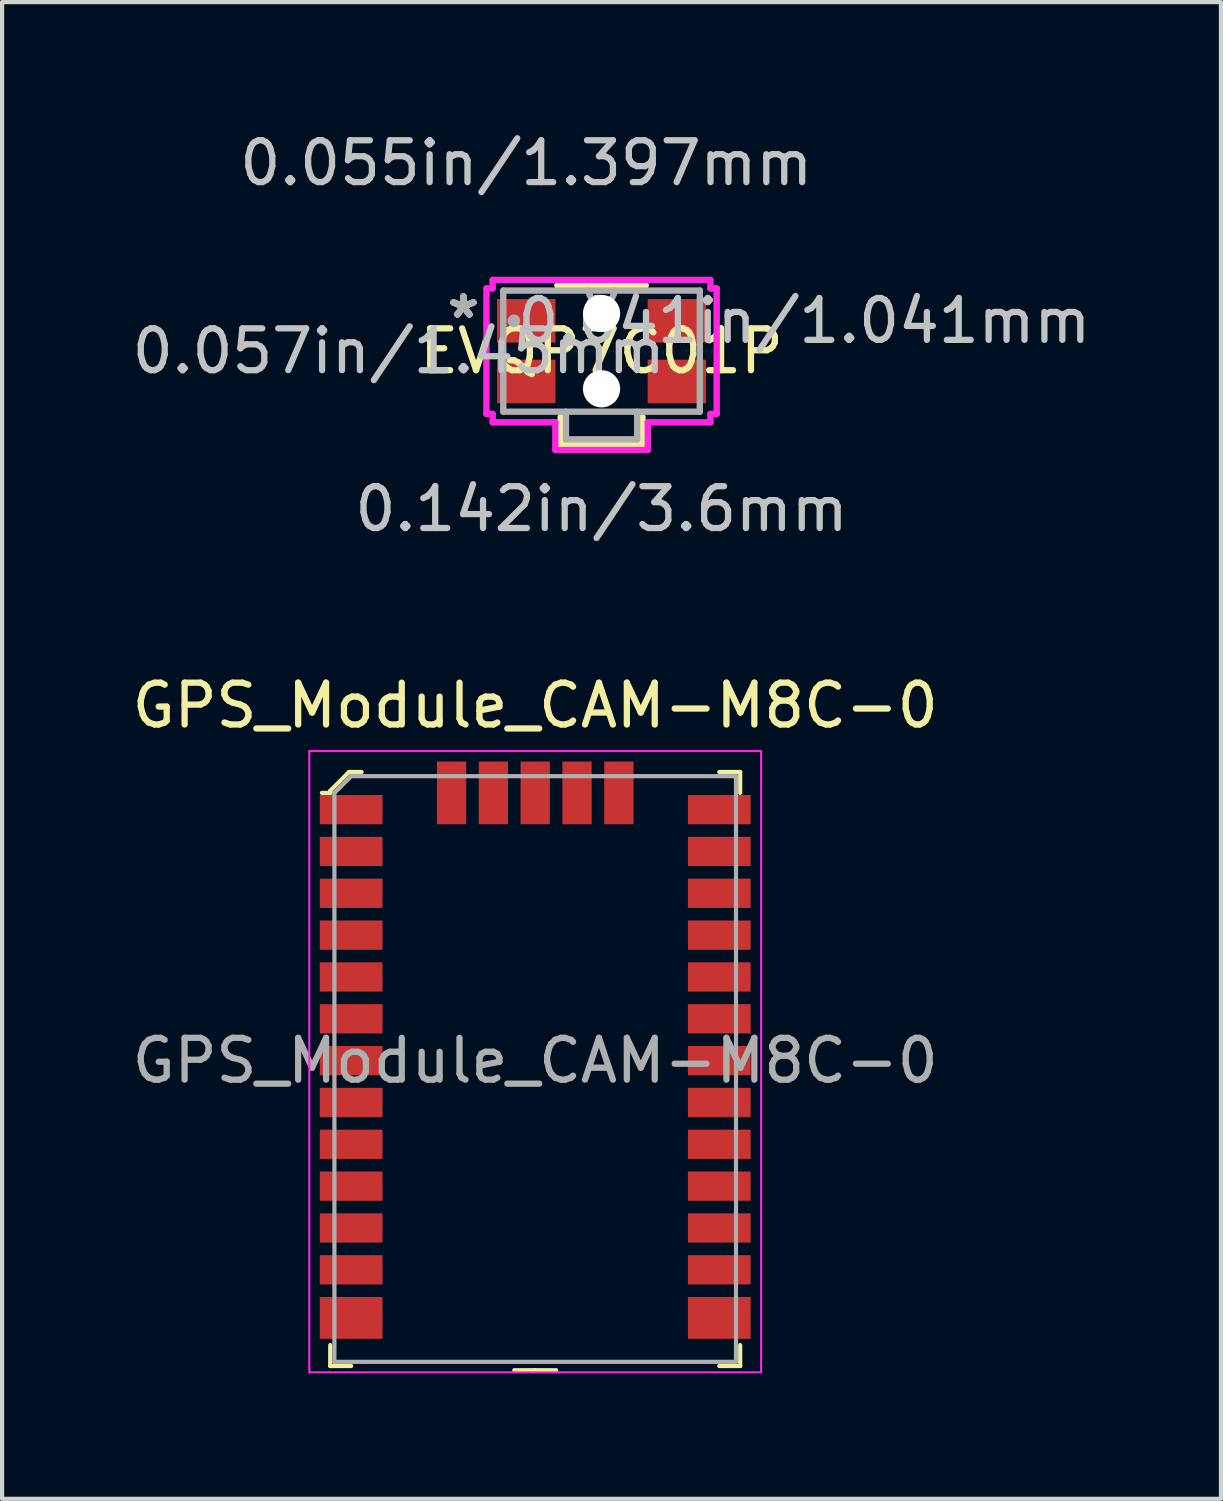
<source format=kicad_pcb>
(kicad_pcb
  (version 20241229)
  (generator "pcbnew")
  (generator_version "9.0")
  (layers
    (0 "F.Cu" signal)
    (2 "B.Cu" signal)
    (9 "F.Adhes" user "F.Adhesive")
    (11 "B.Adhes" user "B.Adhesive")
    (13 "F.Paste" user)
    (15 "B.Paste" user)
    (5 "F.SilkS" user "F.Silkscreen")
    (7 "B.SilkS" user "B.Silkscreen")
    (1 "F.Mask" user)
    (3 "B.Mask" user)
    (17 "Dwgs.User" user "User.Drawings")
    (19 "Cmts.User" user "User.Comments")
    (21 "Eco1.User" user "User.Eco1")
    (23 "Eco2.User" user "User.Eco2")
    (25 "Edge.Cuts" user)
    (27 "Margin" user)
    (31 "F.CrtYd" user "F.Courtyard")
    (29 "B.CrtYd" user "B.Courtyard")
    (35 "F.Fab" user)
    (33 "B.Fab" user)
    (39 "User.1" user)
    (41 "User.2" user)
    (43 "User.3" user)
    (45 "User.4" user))
  (footprint "EVQP7C01P"
    (layer "F.Cu")
    (at 11.33 5.344)
    (property "Reference" "EVQP7C01P" (at 0 0 0) (layer "F.SilkS") (effects (font (size 1 1) (thickness 0.15))))
    (attr through_hole)
    (fp_line (start -0.978 1.575) (end -0.978 2.235) (stroke (width 0.152) (type solid)) (layer "F.SilkS"))
    (fp_line (start -0.978 2.235) (end 0.978 2.235) (stroke (width 0.152) (type solid)) (layer "F.SilkS"))
    (fp_line (start 0.978 2.235) (end 0.978 1.575) (stroke (width 0.152) (type solid)) (layer "F.SilkS"))
    (fp_line (start 1.052 -1.575) (end -1.052 -1.575) (stroke (width 0.152) (type solid)) (layer "F.SilkS"))
    (fp_line (start 1.052 -1.575) (end -1.052 -1.575) (stroke (width 0.152) (type solid)) (layer "F.SilkS"))
    (fp_line (start -2.752 -1.5) (end -2.752 1.5) (stroke (width 0.152) (type solid)) (layer "F.CrtYd"))
    (fp_line (start -2.752 1.5) (end -2.603 1.5) (stroke (width 0.152) (type solid)) (layer "F.CrtYd"))
    (fp_line (start -2.603 -1.702) (end -2.603 -1.5) (stroke (width 0.152) (type solid)) (layer "F.CrtYd"))
    (fp_line (start -2.603 -1.5) (end -2.752 -1.5) (stroke (width 0.152) (type solid)) (layer "F.CrtYd"))
    (fp_line (start -2.603 1.5) (end -2.603 1.702) (stroke (width 0.152) (type solid)) (layer "F.CrtYd"))
    (fp_line (start -2.603 1.702) (end -1.105 1.702) (stroke (width 0.152) (type solid)) (layer "F.CrtYd"))
    (fp_line (start -1.105 1.702) (end -1.105 2.362) (stroke (width 0.152) (type solid)) (layer "F.CrtYd"))
    (fp_line (start -1.105 2.362) (end 1.105 2.362) (stroke (width 0.152) (type solid)) (layer "F.CrtYd"))
    (fp_line (start 1.105 1.702) (end 2.603 1.702) (stroke (width 0.152) (type solid)) (layer "F.CrtYd"))
    (fp_line (start 1.105 2.362) (end 1.105 1.702) (stroke (width 0.152) (type solid)) (layer "F.CrtYd"))
    (fp_line (start 2.603 -1.702) (end -2.603 -1.702) (stroke (width 0.152) (type solid)) (layer "F.CrtYd"))
    (fp_line (start 2.603 -1.5) (end 2.603 -1.702) (stroke (width 0.152) (type solid)) (layer "F.CrtYd"))
    (fp_line (start 2.603 1.5) (end 2.752 1.5) (stroke (width 0.152) (type solid)) (layer "F.CrtYd"))
    (fp_line (start 2.603 1.702) (end 2.603 1.5) (stroke (width 0.152) (type solid)) (layer "F.CrtYd"))
    (fp_line (start 2.752 -1.5) (end 2.603 -1.5) (stroke (width 0.152) (type solid)) (layer "F.CrtYd"))
    (fp_line (start 2.752 1.5) (end 2.752 -1.5) (stroke (width 0.152) (type solid)) (layer "F.CrtYd"))
    (fp_line (start -2.349 -1.448) (end -2.349 1.448) (stroke (width 0.152) (type solid)) (layer "F.Fab"))
    (fp_line (start -2.349 1.448) (end 2.349 1.448) (stroke (width 0.152) (type solid)) (layer "F.Fab"))
    (fp_line (start -0.851 2.108) (end -0.851 1.448) (stroke (width 0.152) (type solid)) (layer "F.Fab"))
    (fp_line (start 0.851 1.448) (end 0.851 2.108) (stroke (width 0.152) (type solid)) (layer "F.Fab"))
    (fp_line (start 0.851 2.108) (end -0.851 2.108) (stroke (width 0.152) (type solid)) (layer "F.Fab"))
    (fp_line (start 2.349 -1.448) (end -2.349 -1.448) (stroke (width 0.152) (type solid)) (layer "F.Fab"))
    (fp_line (start 2.349 1.448) (end 2.349 -1.448) (stroke (width 0.152) (type solid)) (layer "F.Fab"))
    (fp_arc (start 0.3048 -1.4478) (mid 0 -1.143) (end -0.3048 -1.4478) (stroke (width 0.1524) (type solid)) (layer "F.Fab"))
    (fp_circle (center -2.095 -0.725) (end -2.095 -0.725) (stroke (width 0.152) (type solid)) (fill no) (layer "F.Fab"))
    (fp_text user "*" (at -3.302 -0.762 0) (layer "F.SilkS") (effects (font (size 1 1) (thickness 0.15))))
    (fp_text user "*" (at -3.302 -0.762 0) (layer "F.SilkS") (effects (font (size 1 1) (thickness 0.15))))
    (fp_text user "*" (at -3.302 -0.762 0) (layer "B.SilkS") (effects (font (size 1 1) (thickness 0.15))))
    (fp_text user "0.055in/1.397mm" (at -1.8 -4.496 0) (layer "Dwgs.User") (effects (font (size 1 1) (thickness 0.15))))
    (fp_text user "0.142in/3.6mm" (at 0 3.773 0) (layer "Dwgs.User") (effects (font (size 1 1) (thickness 0.15))))
    (fp_text user "0.057in/1.45mm" (at -4.848 0 0) (layer "Dwgs.User") (effects (font (size 1 1) (thickness 0.15))))
    (fp_text user "0.041in/1.041mm" (at 4.848 -0.725 0) (layer "Dwgs.User") (effects (font (size 1 1) (thickness 0.15))))
    (fp_text user "Copyright 2016 Accelerated Designs. All rights reserved." (at 0 0 0) (layer "Cmts.User") (effects (font (size 0.127 0.127) (thickness 0.002))))
    (fp_text user "*" (at -3.302 -0.762 0) (layer "F.Fab") (effects (font (size 1 1) (thickness 0.15))))
    (fp_text user "*" (at -3.302 -0.762 0) (layer "F.Fab") (effects (font (size 1 1) (thickness 0.15))))
    (pad "" np_thru_hole circle (at 0 -0.9) (size 0.889 0.889) (drill 0.889) (layers "*.Cu" "*.Mask"))
    (pad "" np_thru_hole circle (at 0 0.9) (size 0.889 0.889) (drill 0.889) (layers "*.Cu" "*.Mask"))
    (pad "1" smd rect (at -1.8 -0.725) (size 1.397 1.041) (layers "F.Cu" "F.Mask" "F.Paste"))
    (pad "2" smd rect (at -1.8 0.725) (size 1.397 1.041) (layers "F.Cu" "F.Mask" "F.Paste"))
    (pad "3" smd rect (at 1.8 0.725) (size 1.397 1.041) (layers "F.Cu" "F.Mask" "F.Paste"))
    (pad "4" smd rect (at 1.8 -0.725) (size 1.397 1.041) (layers "F.Cu" "F.Mask" "F.Paste")))
  (footprint "GPS_Module_CAM-M8C-0"
    (placed yes)
    (layer "F.Cu")
    (at 9.744 22.304)
    (property "Reference" "GPS_Module_CAM-M8C-0" (at 0 -8.49 0) (layer "F.SilkS") (effects (font (size 1 1) (thickness 0.15))))
    (attr smd)
    (fp_line (start -4.9 -6.45) (end -4.9 -6.4) (stroke (width 0.1) (type solid)) (layer "F.SilkS"))
    (fp_line (start -4.9 -6.4) (end -5.1 -6.4) (stroke (width 0.1) (type solid)) (layer "F.SilkS"))
    (fp_line (start -4.9 7.3) (end -4.9 6.8) (stroke (width 0.1) (type solid)) (layer "F.SilkS"))
    (fp_line (start -4.9 7.3) (end -4.4 7.3) (stroke (width 0.1) (type solid)) (layer "F.SilkS"))
    (fp_line (start -4.45 -6.9) (end -4.9 -6.45) (stroke (width 0.1) (type solid)) (layer "F.SilkS"))
    (fp_line (start -4.15 -6.9) (end -4.45 -6.9) (stroke (width 0.1) (type solid)) (layer "F.SilkS"))
    (fp_line (start 0 7.4) (end -0.5 7.4) (stroke (width 0.1) (type solid)) (layer "F.SilkS"))
    (fp_line (start 0 7.4) (end 0.5 7.4) (stroke (width 0.1) (type solid)) (layer "F.SilkS"))
    (fp_line (start 4.9 -6.9) (end 4.4 -6.9) (stroke (width 0.1) (type solid)) (layer "F.SilkS"))
    (fp_line (start 4.9 -6.9) (end 4.9 -6.4) (stroke (width 0.1) (type solid)) (layer "F.SilkS"))
    (fp_line (start 4.9 7.3) (end 4.4 7.3) (stroke (width 0.1) (type solid)) (layer "F.SilkS"))
    (fp_line (start 4.9 7.3) (end 4.9 6.8) (stroke (width 0.1) (type solid)) (layer "F.SilkS"))
    (fp_line (start -5.4 -7.4) (end -5.4 7.45) (stroke (width 0.05) (type solid)) (layer "F.CrtYd"))
    (fp_line (start 5.4 -7.4) (end -5.4 -7.4) (stroke (width 0.05) (type solid)) (layer "F.CrtYd"))
    (fp_line (start 5.4 -7.4) (end 5.4 7.45) (stroke (width 0.05) (type solid)) (layer "F.CrtYd"))
    (fp_line (start 5.4 7.45) (end -5.4 7.45) (stroke (width 0.05) (type solid)) (layer "F.CrtYd"))
    (fp_line (start -4.8 -6.4) (end -4.8 7.2) (stroke (width 0.1) (type solid)) (layer "F.Fab"))
    (fp_line (start -4.8 -6.4) (end -4.4 -6.8) (stroke (width 0.1) (type solid)) (layer "F.Fab"))
    (fp_line (start -4.8 7.2) (end 4.8 7.2) (stroke (width 0.1) (type solid)) (layer "F.Fab"))
    (fp_line (start -4.4 -6.8) (end 4.8 -6.8) (stroke (width 0.1) (type solid)) (layer "F.Fab"))
    (fp_line (start 4.8 -6.8) (end 4.8 7.2) (stroke (width 0.1) (type solid)) (layer "F.Fab"))
    (fp_text user "${REFERENCE}" (at 0 0 0) (layer "F.Fab") (effects (font (size 1 1) (thickness 0.15))))
    (pad "1" smd rect (at -4.4 -6) (size 1.5 0.7) (layers "F.Cu" "F.Mask" "F.Paste"))
    (pad "2" smd rect (at -4.4 -5) (size 1.5 0.7) (layers "F.Cu" "F.Mask" "F.Paste"))
    (pad "3" smd rect (at -4.4 -4) (size 1.5 0.7) (layers "F.Cu" "F.Mask" "F.Paste"))
    (pad "4" smd rect (at -4.4 -3) (size 1.5 0.7) (layers "F.Cu" "F.Mask" "F.Paste"))
    (pad "5" smd rect (at -4.4 -2) (size 1.5 0.7) (layers "F.Cu" "F.Mask" "F.Paste"))
    (pad "6" smd rect (at -4.4 -1) (size 1.5 0.7) (layers "F.Cu" "F.Mask" "F.Paste"))
    (pad "7" smd rect (at -4.4 0) (size 1.5 0.7) (layers "F.Cu" "F.Mask" "F.Paste"))
    (pad "8" smd rect (at -4.4 1) (size 1.5 0.7) (layers "F.Cu" "F.Mask" "F.Paste"))
    (pad "9" smd rect (at -4.4 2) (size 1.5 0.7) (layers "F.Cu" "F.Mask" "F.Paste"))
    (pad "10" smd rect (at -4.4 3) (size 1.5 0.7) (layers "F.Cu" "F.Mask" "F.Paste"))
    (pad "11" smd rect (at -4.4 4) (size 1.5 0.7) (layers "F.Cu" "F.Mask" "F.Paste"))
    (pad "12" smd rect (at -4.4 5) (size 1.5 0.7) (layers "F.Cu" "F.Mask" "F.Paste"))
    (pad "13" smd rect (at -4.4 6.15) (size 1.5 1) (layers "F.Cu" "F.Mask" "F.Paste"))
    (pad "14" smd rect (at 4.4 6.15) (size 1.5 1) (layers "F.Cu" "F.Mask" "F.Paste"))
    (pad "15" smd rect (at 4.4 5) (size 1.5 0.7) (layers "F.Cu" "F.Mask" "F.Paste"))
    (pad "16" smd rect (at 4.4 4) (size 1.5 0.7) (layers "F.Cu" "F.Mask" "F.Paste"))
    (pad "17" smd rect (at 4.4 3) (size 1.5 0.7) (layers "F.Cu" "F.Mask" "F.Paste"))
    (pad "18" smd rect (at 4.4 2) (size 1.5 0.7) (layers "F.Cu" "F.Mask" "F.Paste"))
    (pad "19" smd rect (at 4.4 1) (size 1.5 0.7) (layers "F.Cu" "F.Mask" "F.Paste"))
    (pad "20" smd rect (at 4.4 0) (size 1.5 0.7) (layers "F.Cu" "F.Mask" "F.Paste"))
    (pad "21" smd rect (at 4.4 -1) (size 1.5 0.7) (layers "F.Cu" "F.Mask" "F.Paste"))
    (pad "22" smd rect (at 4.4 -2) (size 1.5 0.7) (layers "F.Cu" "F.Mask" "F.Paste"))
    (pad "23" smd rect (at 4.4 -3) (size 1.5 0.7) (layers "F.Cu" "F.Mask" "F.Paste"))
    (pad "24" smd rect (at 4.4 -4) (size 1.5 0.7) (layers "F.Cu" "F.Mask" "F.Paste"))
    (pad "25" smd rect (at 4.4 -5) (size 1.5 0.7) (layers "F.Cu" "F.Mask" "F.Paste"))
    (pad "26" smd rect (at 4.4 -6) (size 1.5 0.7) (layers "F.Cu" "F.Mask" "F.Paste"))
    (pad "27" smd rect (at 2 -6.4) (size 0.7 1.5) (layers "F.Cu" "F.Mask" "F.Paste"))
    (pad "28" smd rect (at 1 -6.4) (size 0.7 1.5) (layers "F.Cu" "F.Mask" "F.Paste"))
    (pad "29" smd rect (at 0 -6.4) (size 0.7 1.5) (layers "F.Cu" "F.Mask" "F.Paste"))
    (pad "30" smd rect (at -1 -6.4) (size 0.7 1.5) (layers "F.Cu" "F.Mask" "F.Paste"))
    (pad "31" smd rect (at -2 -6.4) (size 0.7 1.5) (layers "F.Cu" "F.Mask" "F.Paste")))
  (gr_rect
    (start -3 -3)
    (end 26.136 32.779)
    (stroke (width 0.1) (type default))
    (fill no)
    (layer "Edge.Cuts")))
</source>
